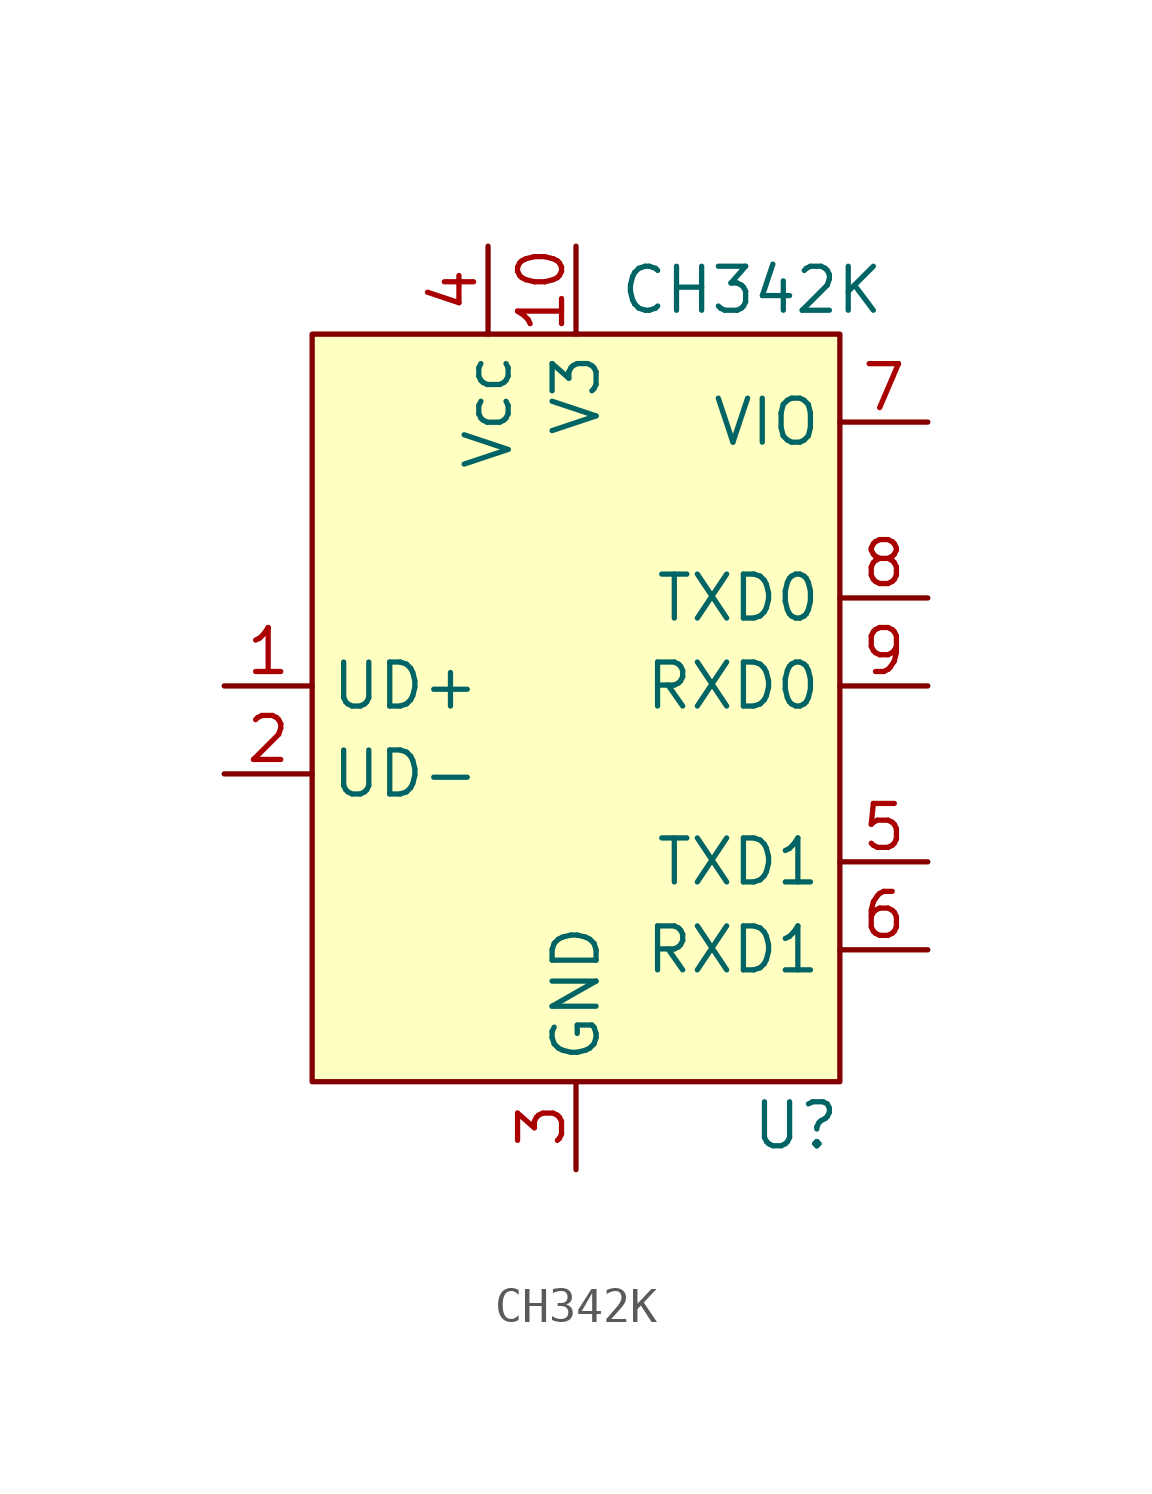
<source format=kicad_sym>
(kicad_symbol_lib
  (version 20231120)
  (generator "kicad_symbol_editor")
  (generator_version "8.0")
  (symbol "CH342K"
    (property "Reference" "U"
      (at 6.35 -20.32 0)
      (effects (font (size 1.27 1.27))))
    (property "Value" "CH342K"
      (at 5.08 3.81 0)
      (effects (font (size 1.27 1.27))))
    (symbol "CH342K_1_1"
      (rectangle (start -7.62 2.54) (end 7.62 -19.05) (stroke (width 0) (type default)) (fill (type background)))
      (pin bidirectional line (at -10.16 -7.62 0) (length 2.54) (name "UD+" (effects (font (size 1.27 1.27)))) (number "1" (effects (font (size 1.27 1.27)))))
      (pin power_out line (at 0 5.08 270) (length 2.54) (name "V3" (effects (font (size 1.27 1.27)))) (number "10" (effects (font (size 1.27 1.27)))))
      (pin power_in line (at 0 -21.59 90) (length 2.54) hide (name "GND" (effects (font (size 1.27 1.27)))) (number "11" (effects (font (size 1.27 1.27)))))
      (pin bidirectional line (at -10.16 -10.16 0) (length 2.54) (name "UD-" (effects (font (size 1.27 1.27)))) (number "2" (effects (font (size 1.27 1.27)))))
      (pin power_in line (at 0 -21.59 90) (length 2.54) (name "GND" (effects (font (size 1.27 1.27)))) (number "3" (effects (font (size 1.27 1.27)))))
      (pin power_in line (at -2.54 5.08 270) (length 2.54) (name "Vcc" (effects (font (size 1.27 1.27)))) (number "4" (effects (font (size 1.27 1.27)))))
      (pin output line (at 10.16 -12.7 180) (length 2.54) (name "TXD1" (effects (font (size 1.27 1.27)))) (number "5" (effects (font (size 1.27 1.27)))))
      (pin input line (at 10.16 -15.24 180) (length 2.54) (name "RXD1" (effects (font (size 1.27 1.27)))) (number "6" (effects (font (size 1.27 1.27)))))
      (pin input line (at 10.16 0 180) (length 2.54) (name "VIO" (effects (font (size 1.27 1.27)))) (number "7" (effects (font (size 1.27 1.27)))))
      (pin output line (at 10.16 -5.08 180) (length 2.54) (name "TXD0" (effects (font (size 1.27 1.27)))) (number "8" (effects (font (size 1.27 1.27)))))
      (pin input line (at 10.16 -7.62 180) (length 2.54) (name "RXD0" (effects (font (size 1.27 1.27)))) (number "9" (effects (font (size 1.27 1.27))))))))
</source>
